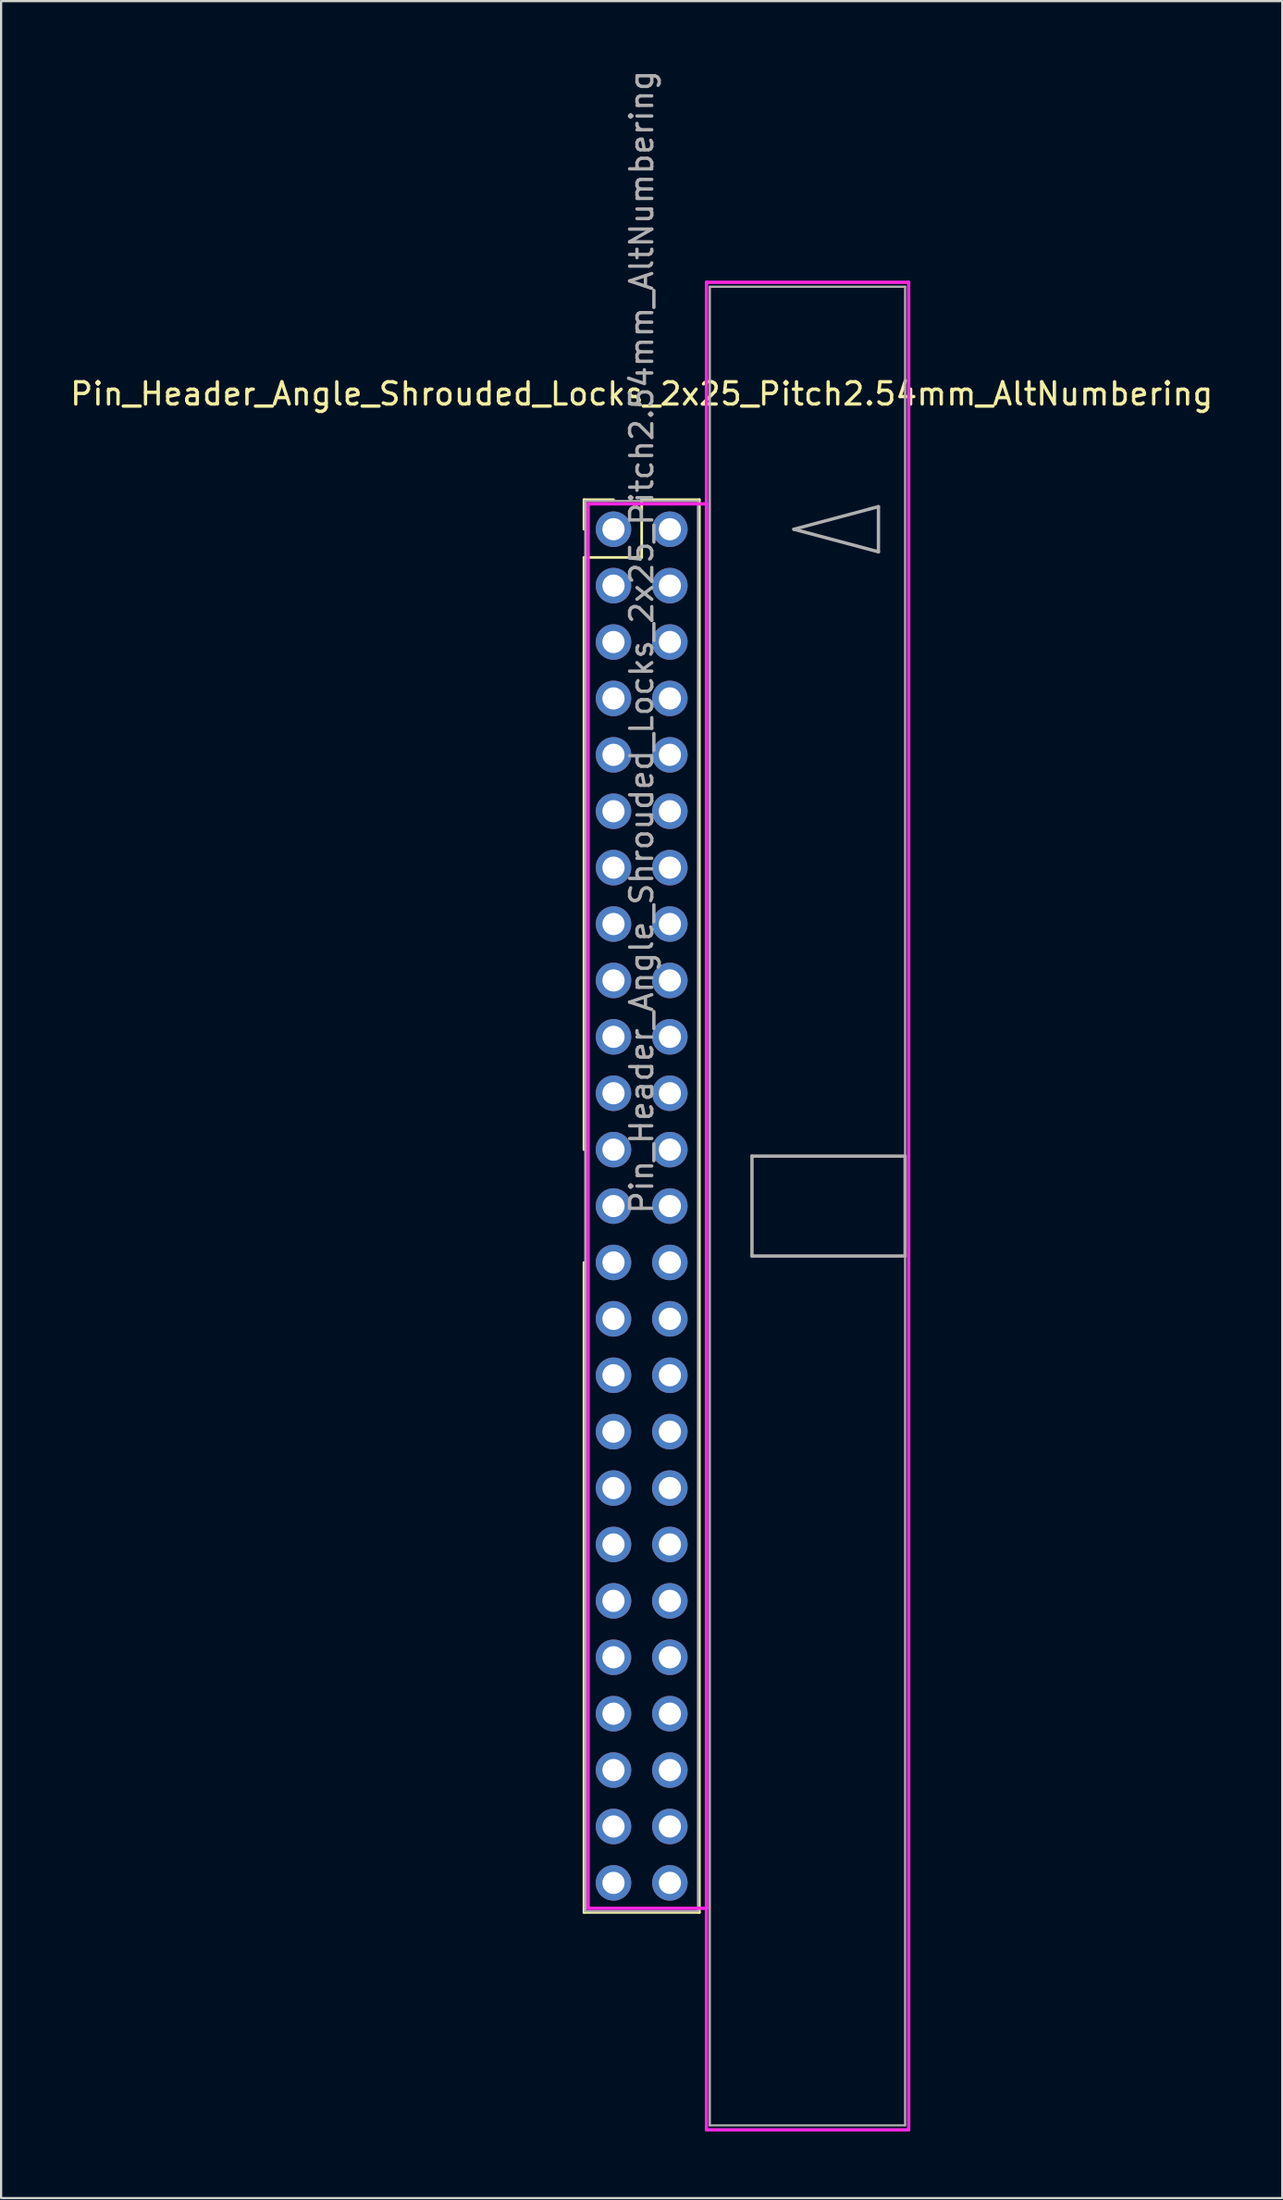
<source format=kicad_pcb>
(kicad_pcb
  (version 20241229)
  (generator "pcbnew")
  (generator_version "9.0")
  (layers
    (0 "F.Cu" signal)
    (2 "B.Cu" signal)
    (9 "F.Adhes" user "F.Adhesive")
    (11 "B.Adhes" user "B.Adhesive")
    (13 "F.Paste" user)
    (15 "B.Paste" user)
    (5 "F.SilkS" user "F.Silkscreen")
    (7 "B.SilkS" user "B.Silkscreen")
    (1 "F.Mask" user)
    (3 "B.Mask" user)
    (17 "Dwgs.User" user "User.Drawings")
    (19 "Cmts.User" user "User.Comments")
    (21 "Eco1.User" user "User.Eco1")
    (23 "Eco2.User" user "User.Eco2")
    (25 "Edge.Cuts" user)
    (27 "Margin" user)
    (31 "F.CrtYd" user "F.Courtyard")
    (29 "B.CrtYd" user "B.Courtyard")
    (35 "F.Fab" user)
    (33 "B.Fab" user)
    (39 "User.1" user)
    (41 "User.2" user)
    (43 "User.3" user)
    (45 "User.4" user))
  (footprint "Pin_Header_Angle_Shrouded_Locks_2x25_Pitch2.54mm_AltNumbering"
    (layer "F.Cu")
    (at 24.593 20.783)
    (property "Reference" "Pin_Header_Angle_Shrouded_Locks_2x25_Pitch2.54mm_AltNumbering" (at 1.27 -6.096 0) (layer "F.SilkS") (effects (font (size 1 1) (thickness 0.15))))
    (attr through_hole)
    (fp_line (start -1.33 -1.33) (end 0 -1.33) (stroke (width 0.12) (type solid)) (layer "F.SilkS"))
    (fp_line (start -1.33 0) (end -1.33 -1.33) (stroke (width 0.12) (type solid)) (layer "F.SilkS"))
    (fp_line (start -1.33 1.27) (end -1.33 27.94) (stroke (width 0.12) (type solid)) (layer "F.SilkS"))
    (fp_line (start -1.33 1.27) (end 1.27 1.27) (stroke (width 0.12) (type solid)) (layer "F.SilkS"))
    (fp_line (start -1.33 33.02) (end -1.33 62.29) (stroke (width 0.12) (type solid)) (layer "F.SilkS"))
    (fp_line (start -1.33 62.29) (end 3.87 62.29) (stroke (width 0.12) (type solid)) (layer "F.SilkS"))
    (fp_line (start 1.27 -1.33) (end 3.87 -1.33) (stroke (width 0.12) (type solid)) (layer "F.SilkS"))
    (fp_line (start 1.27 1.27) (end 1.27 -1.33) (stroke (width 0.12) (type solid)) (layer "F.SilkS"))
    (fp_line (start 3.87 -1.33) (end 3.87 62.29) (stroke (width 0.12) (type solid)) (layer "F.SilkS"))
    (fp_line (start -1.143 -1.143) (end -1.143 62.103) (stroke (width 0.15) (type solid)) (layer "F.CrtYd"))
    (fp_line (start -1.143 62.103) (end 4.19 62.103) (stroke (width 0.15) (type solid)) (layer "F.CrtYd"))
    (fp_line (start 4.19 -11.12) (end 4.19 72.08) (stroke (width 0.15) (type solid)) (layer "F.CrtYd"))
    (fp_line (start 4.19 -1.143) (end -1.143 -1.143) (stroke (width 0.15) (type solid)) (layer "F.CrtYd"))
    (fp_line (start 4.19 62.103) (end 4.19 -1.143) (stroke (width 0.15) (type solid)) (layer "F.CrtYd"))
    (fp_line (start 4.19 72.08) (end 13.3 72.08) (stroke (width 0.15) (type solid)) (layer "F.CrtYd"))
    (fp_line (start 13.3 -11.12) (end 4.19 -11.12) (stroke (width 0.15) (type solid)) (layer "F.CrtYd"))
    (fp_line (start 13.3 72.08) (end 13.3 -11.12) (stroke (width 0.15) (type solid)) (layer "F.CrtYd"))
    (fp_line (start -1.27 -1.27) (end -1.27 62.23) (stroke (width 0.1) (type solid)) (layer "F.Fab"))
    (fp_line (start -1.27 62.23) (end 3.81 62.23) (stroke (width 0.1) (type solid)) (layer "F.Fab"))
    (fp_line (start 3.81 -1.27) (end -1.27 -1.27) (stroke (width 0.1) (type solid)) (layer "F.Fab"))
    (fp_line (start 3.81 62.23) (end 3.81 -1.27) (stroke (width 0.1) (type solid)) (layer "F.Fab"))
    (fp_line (start 4.34 -10.92) (end 4.34 71.88) (stroke (width 0.1) (type solid)) (layer "F.Fab"))
    (fp_line (start 4.34 71.88) (end 13.14 71.88) (stroke (width 0.1) (type solid)) (layer "F.Fab"))
    (fp_line (start 6.24 28.23) (end 6.24 32.73) (stroke (width 0.15) (type solid)) (layer "F.Fab"))
    (fp_line (start 6.24 32.73) (end 13.14 32.73) (stroke (width 0.15) (type solid)) (layer "F.Fab"))
    (fp_line (start 8.128 0) (end 11.938 -1.016) (stroke (width 0.15) (type solid)) (layer "F.Fab"))
    (fp_line (start 11.938 -1.016) (end 11.938 1.016) (stroke (width 0.15) (type solid)) (layer "F.Fab"))
    (fp_line (start 11.938 1.016) (end 8.128 0) (stroke (width 0.15) (type solid)) (layer "F.Fab"))
    (fp_line (start 13.14 -10.92) (end 4.34 -10.92) (stroke (width 0.1) (type solid)) (layer "F.Fab"))
    (fp_line (start 13.14 28.23) (end 6.24 28.23) (stroke (width 0.15) (type solid)) (layer "F.Fab"))
    (fp_line (start 13.14 32.73) (end 13.14 28.23) (stroke (width 0.15) (type solid)) (layer "F.Fab"))
    (fp_line (start 13.14 71.88) (end 13.14 -10.92) (stroke (width 0.1) (type solid)) (layer "F.Fab"))
    (fp_text user "${REFERENCE}" (at 1.27 5.08 90) (layer "F.Fab") (effects (font (size 1 1) (thickness 0.15))))
    (pad "1" thru_hole oval (at 0 0) (size 1.6 1.6) (drill 1) (layers "*.Cu" "*.Mask"))
    (pad "2" thru_hole oval (at 0 2.54) (size 1.6 1.6) (drill 1) (layers "*.Cu" "*.Mask"))
    (pad "3" thru_hole oval (at 0 5.08) (size 1.6 1.6) (drill 1) (layers "*.Cu" "*.Mask"))
    (pad "4" thru_hole oval (at 0 7.62) (size 1.6 1.6) (drill 1) (layers "*.Cu" "*.Mask"))
    (pad "5" thru_hole oval (at 0 10.16) (size 1.6 1.6) (drill 1) (layers "*.Cu" "*.Mask"))
    (pad "6" thru_hole oval (at 0 12.7) (size 1.6 1.6) (drill 1) (layers "*.Cu" "*.Mask"))
    (pad "7" thru_hole oval (at 0 15.24) (size 1.6 1.6) (drill 1) (layers "*.Cu" "*.Mask"))
    (pad "8" thru_hole oval (at 0 17.78) (size 1.6 1.6) (drill 1) (layers "*.Cu" "*.Mask"))
    (pad "9" thru_hole oval (at 0 20.32) (size 1.6 1.6) (drill 1) (layers "*.Cu" "*.Mask"))
    (pad "10" thru_hole oval (at 0 22.86) (size 1.6 1.6) (drill 1) (layers "*.Cu" "*.Mask"))
    (pad "11" thru_hole oval (at 0 25.4) (size 1.6 1.6) (drill 1) (layers "*.Cu" "*.Mask"))
    (pad "12" thru_hole oval (at 0 27.94) (size 1.6 1.6) (drill 1) (layers "*.Cu" "*.Mask"))
    (pad "13" thru_hole oval (at 0 30.48) (size 1.6 1.6) (drill 1) (layers "*.Cu" "*.Mask"))
    (pad "14" thru_hole oval (at 0 33.02) (size 1.6 1.6) (drill 1) (layers "*.Cu" "*.Mask"))
    (pad "15" thru_hole oval (at 0 35.56) (size 1.6 1.6) (drill 1) (layers "*.Cu" "*.Mask"))
    (pad "16" thru_hole oval (at 0 38.1) (size 1.6 1.6) (drill 1) (layers "*.Cu" "*.Mask"))
    (pad "17" thru_hole oval (at 0 40.64) (size 1.6 1.6) (drill 1) (layers "*.Cu" "*.Mask"))
    (pad "18" thru_hole oval (at 0 43.18) (size 1.6 1.6) (drill 1) (layers "*.Cu" "*.Mask"))
    (pad "19" thru_hole oval (at 0 45.72) (size 1.6 1.6) (drill 1) (layers "*.Cu" "*.Mask"))
    (pad "20" thru_hole oval (at 0 48.26) (size 1.6 1.6) (drill 1) (layers "*.Cu" "*.Mask"))
    (pad "21" thru_hole oval (at 0 50.8) (size 1.6 1.6) (drill 1) (layers "*.Cu" "*.Mask"))
    (pad "22" thru_hole oval (at 0 53.34) (size 1.6 1.6) (drill 1) (layers "*.Cu" "*.Mask"))
    (pad "23" thru_hole oval (at 0 55.88) (size 1.6 1.6) (drill 1) (layers "*.Cu" "*.Mask"))
    (pad "24" thru_hole oval (at 0 58.42) (size 1.6 1.6) (drill 1) (layers "*.Cu" "*.Mask"))
    (pad "25" thru_hole oval (at 0 60.96) (size 1.6 1.6) (drill 1) (layers "*.Cu" "*.Mask"))
    (pad "26" thru_hole oval (at 2.54 0) (size 1.6 1.6) (drill 1) (layers "*.Cu" "*.Mask"))
    (pad "27" thru_hole oval (at 2.54 2.54) (size 1.6 1.6) (drill 1) (layers "*.Cu" "*.Mask"))
    (pad "28" thru_hole oval (at 2.54 5.08) (size 1.6 1.6) (drill 1) (layers "*.Cu" "*.Mask"))
    (pad "29" thru_hole oval (at 2.54 7.62) (size 1.6 1.6) (drill 1) (layers "*.Cu" "*.Mask"))
    (pad "30" thru_hole oval (at 2.54 10.16) (size 1.6 1.6) (drill 1) (layers "*.Cu" "*.Mask"))
    (pad "31" thru_hole oval (at 2.54 12.7) (size 1.6 1.6) (drill 1) (layers "*.Cu" "*.Mask"))
    (pad "32" thru_hole oval (at 2.54 15.24) (size 1.6 1.6) (drill 1) (layers "*.Cu" "*.Mask"))
    (pad "33" thru_hole oval (at 2.54 17.78) (size 1.6 1.6) (drill 1) (layers "*.Cu" "*.Mask"))
    (pad "34" thru_hole oval (at 2.54 20.32) (size 1.6 1.6) (drill 1) (layers "*.Cu" "*.Mask"))
    (pad "35" thru_hole oval (at 2.54 22.86) (size 1.6 1.6) (drill 1) (layers "*.Cu" "*.Mask"))
    (pad "36" thru_hole oval (at 2.54 25.4) (size 1.6 1.6) (drill 1) (layers "*.Cu" "*.Mask"))
    (pad "37" thru_hole oval (at 2.54 27.94) (size 1.6 1.6) (drill 1) (layers "*.Cu" "*.Mask"))
    (pad "38" thru_hole oval (at 2.54 30.48) (size 1.6 1.6) (drill 1) (layers "*.Cu" "*.Mask"))
    (pad "39" thru_hole oval (at 2.54 33.02) (size 1.6 1.6) (drill 1) (layers "*.Cu" "*.Mask"))
    (pad "40" thru_hole oval (at 2.54 35.56) (size 1.6 1.6) (drill 1) (layers "*.Cu" "*.Mask"))
    (pad "41" thru_hole oval (at 2.54 38.1) (size 1.6 1.6) (drill 1) (layers "*.Cu" "*.Mask"))
    (pad "42" thru_hole oval (at 2.54 40.64) (size 1.6 1.6) (drill 1) (layers "*.Cu" "*.Mask"))
    (pad "43" thru_hole oval (at 2.54 43.18) (size 1.6 1.6) (drill 1) (layers "*.Cu" "*.Mask"))
    (pad "44" thru_hole oval (at 2.54 45.72) (size 1.6 1.6) (drill 1) (layers "*.Cu" "*.Mask"))
    (pad "45" thru_hole oval (at 2.54 48.26) (size 1.6 1.6) (drill 1) (layers "*.Cu" "*.Mask"))
    (pad "46" thru_hole oval (at 2.54 50.8) (size 1.6 1.6) (drill 1) (layers "*.Cu" "*.Mask"))
    (pad "47" thru_hole oval (at 2.54 53.34) (size 1.6 1.6) (drill 1) (layers "*.Cu" "*.Mask"))
    (pad "48" thru_hole oval (at 2.54 55.88) (size 1.6 1.6) (drill 1) (layers "*.Cu" "*.Mask"))
    (pad "49" thru_hole oval (at 2.54 58.42) (size 1.6 1.6) (drill 1) (layers "*.Cu" "*.Mask"))
    (pad "50" thru_hole oval (at 2.54 60.96) (size 1.6 1.6) (drill 1) (layers "*.Cu" "*.Mask")))
  (gr_rect
    (start -3 -3)
    (end 54.726 95.938)
    (stroke (width 0.1) (type default))
    (fill no)
    (layer "Edge.Cuts")))
</source>
